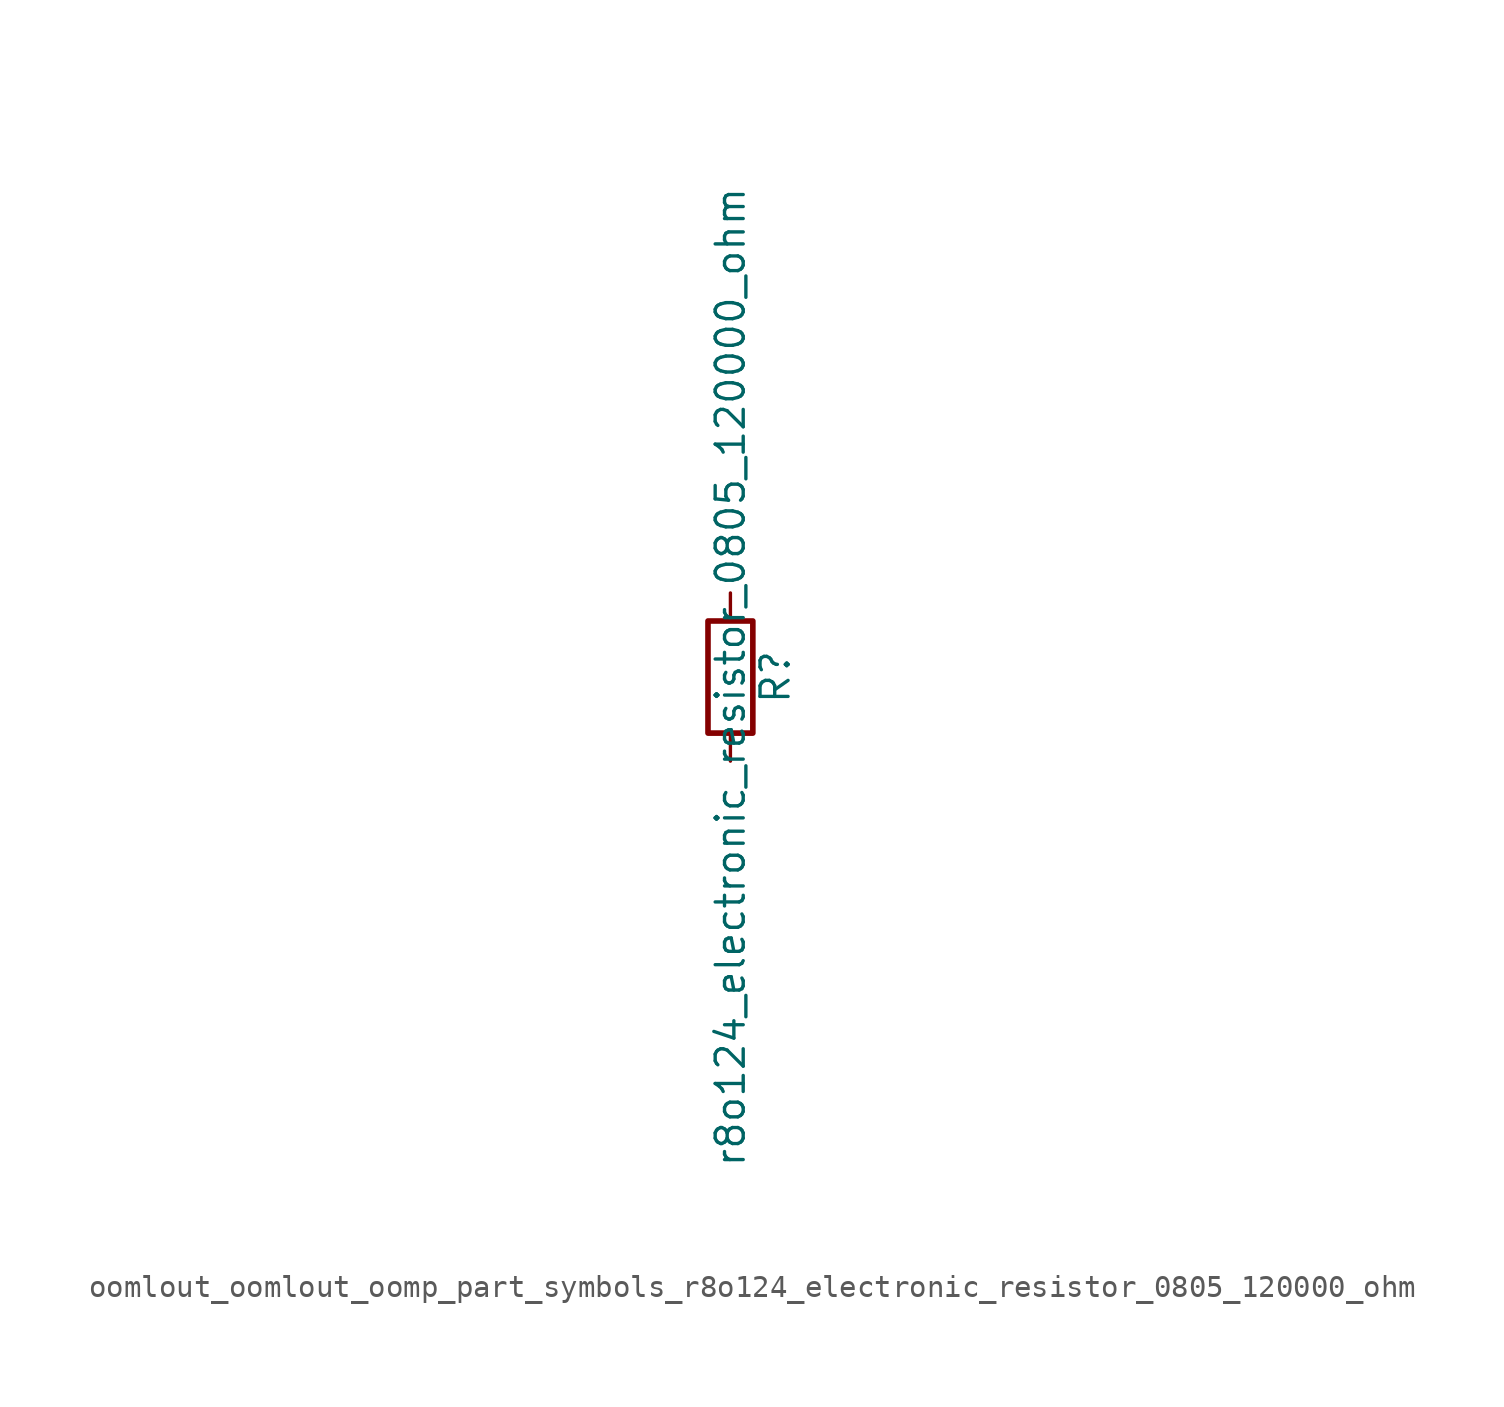
<source format=kicad_sym>
(kicad_symbol_lib
  (version 20220914)
  (generator kicad_symbol_editor)
  (symbol "oomlout_oomlout_oomp_part_symbols_r8o124_electronic_resistor_0805_120000_ohm"
    (pin_numbers hide)
    (pin_names
      (offset 0))
    (property "Reference" "R"
      (at 2.032 0 90)
      (effects (font (size 1.27 1.27))))
    (property "Value" "r8o124_electronic_resistor_0805_120000_ohm"
      (at 0 0 90)
      (effects (font (size 1.27 1.27))))
    (symbol "oomlout_oomlout_oomp_part_symbols_r8o124_electronic_resistor_0805_120000_ohm_0_1"
      (rectangle (start -1.016 -2.54) (end 1.016 2.54) (stroke (width 0.254) (type default)) (fill (type none))))
    (symbol "oomlout_oomlout_oomp_part_symbols_r8o124_electronic_resistor_0805_120000_ohm_1_1"
      (pin passive line (at 0 3.81 270) (length 1.27) (name "~" (effects (font (size 1.27 1.27)))) (number "1" (effects (font (size 1.27 1.27)))))
      (pin passive line (at 0 -3.81 90) (length 1.27) (name "~" (effects (font (size 1.27 1.27)))) (number "2" (effects (font (size 1.27 1.27))))))))
</source>
